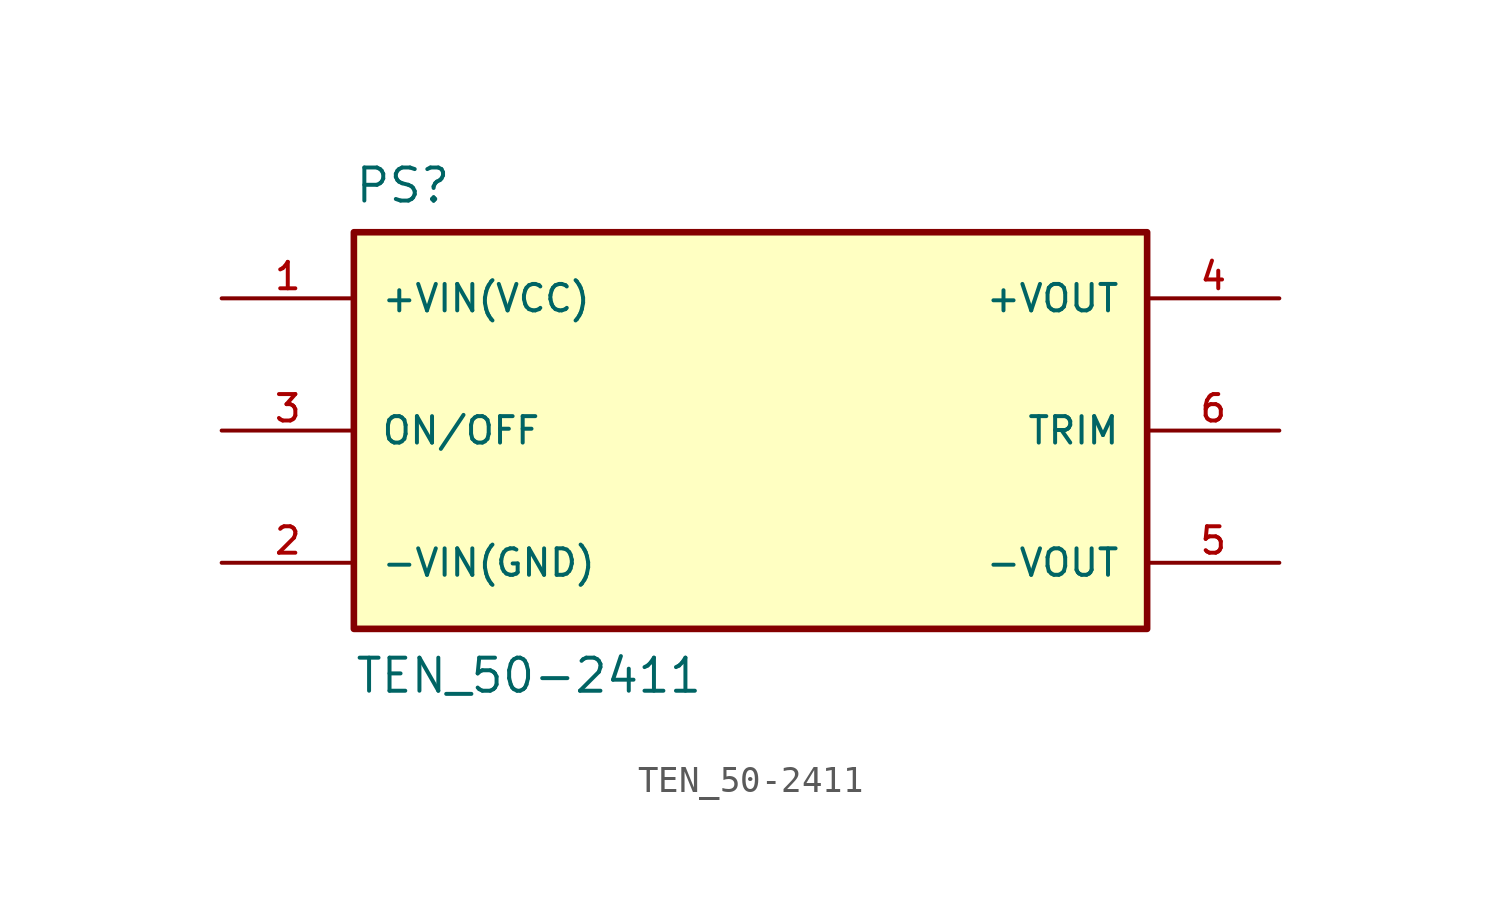
<source format=kicad_sym>
(kicad_symbol_lib
  (version 20211014)
  (generator kicad_symbol_editor)
  (symbol "TEN_50-2411"
    (pin_names
      (offset 1.016))
    (property "Reference" "PS"
      (at -15.24 10.16 0)
      (effects (font (size 1.27 1.27)) (justify top left)))
    (property "Value" "TEN_50-2411"
      (at -15.24 -10.16 0)
      (effects (font (size 1.27 1.27)) (justify bottom left)))
    (symbol "TEN_50-2411_0_0"
      (rectangle (start -15.24 -7.62) (end 15.24 7.62) (stroke (width 0.254)) (fill (type background)))
      (pin input line (at -20.32 5.08 0) (length 5.08) (name "+VIN(VCC)" (effects (font (size 1.016 1.016)))) (number "1" (effects (font (size 1.016 1.016)))))
      (pin input line (at -20.32 -5.08 0) (length 5.08) (name "-VIN(GND)" (effects (font (size 1.016 1.016)))) (number "2" (effects (font (size 1.016 1.016)))))
      (pin output line (at 20.32 -5.08 180.0) (length 5.08) (name "-VOUT" (effects (font (size 1.016 1.016)))) (number "5" (effects (font (size 1.016 1.016)))))
      (pin output line (at 20.32 5.08 180.0) (length 5.08) (name "+VOUT" (effects (font (size 1.016 1.016)))) (number "4" (effects (font (size 1.016 1.016)))))
      (pin input line (at -20.32 0.0 0) (length 5.08) (name "ON/OFF" (effects (font (size 1.016 1.016)))) (number "3" (effects (font (size 1.016 1.016)))))
      (pin passive line (at 20.32 0.0 180.0) (length 5.08) (name "TRIM" (effects (font (size 1.016 1.016)))) (number "6" (effects (font (size 1.016 1.016))))))))
</source>
